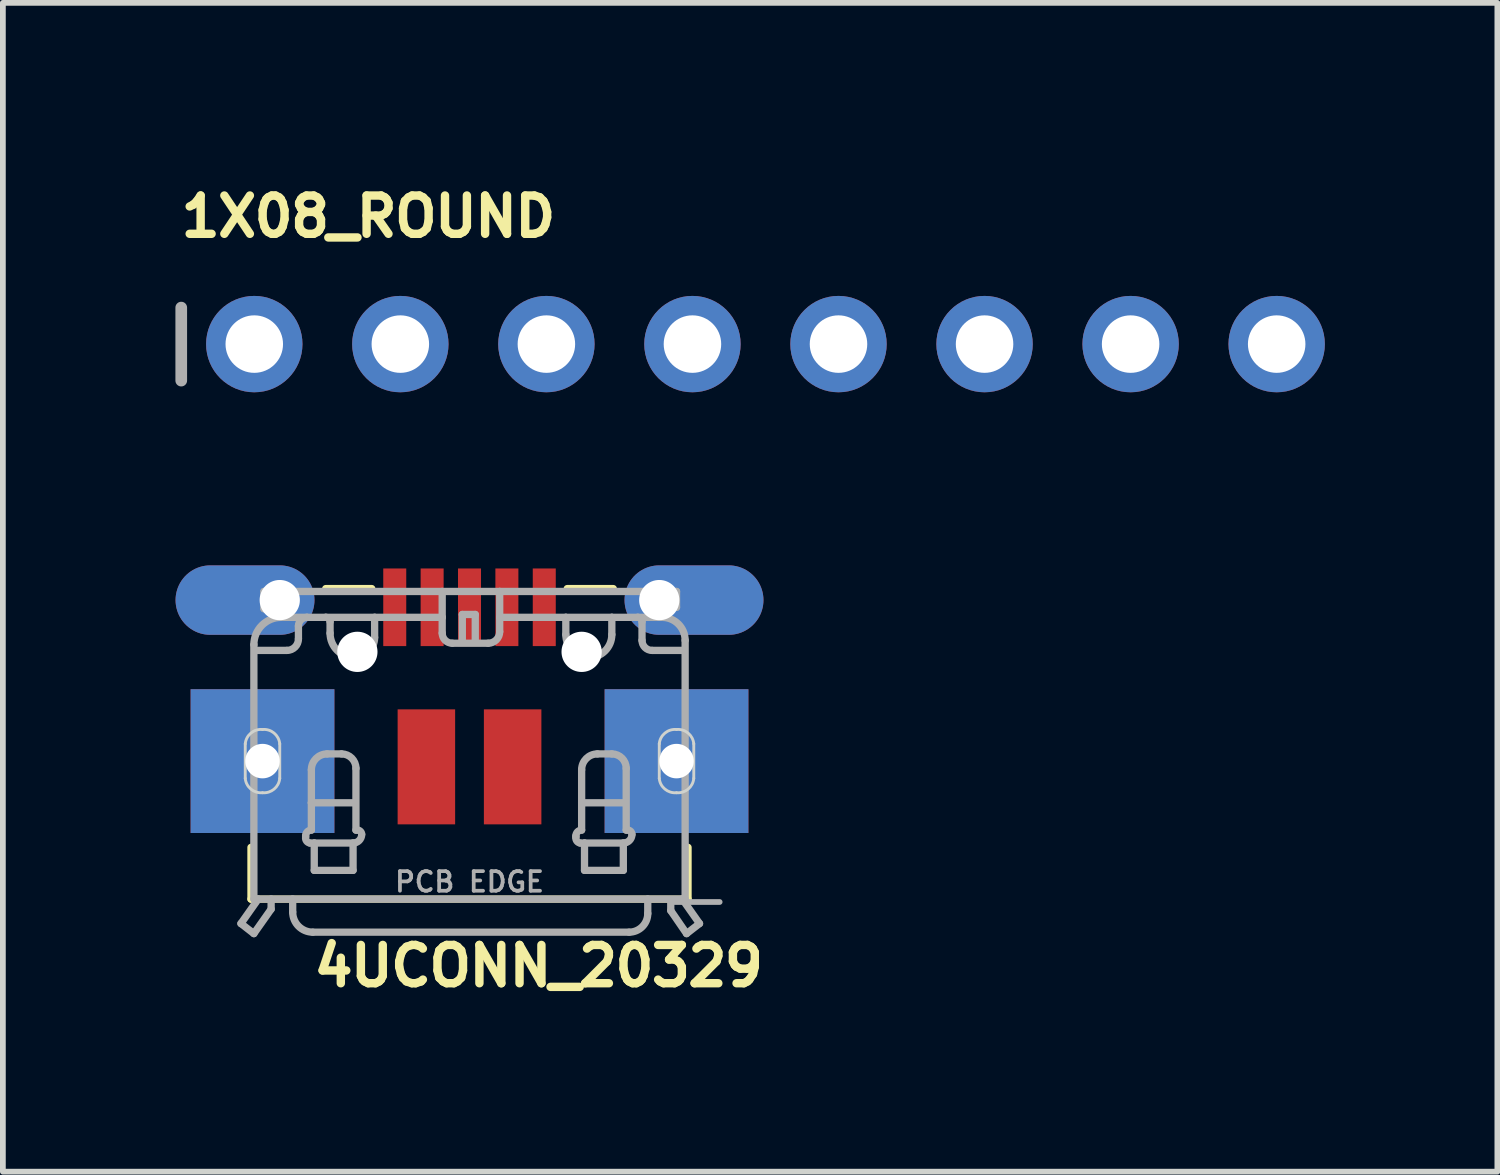
<source format=kicad_pcb>
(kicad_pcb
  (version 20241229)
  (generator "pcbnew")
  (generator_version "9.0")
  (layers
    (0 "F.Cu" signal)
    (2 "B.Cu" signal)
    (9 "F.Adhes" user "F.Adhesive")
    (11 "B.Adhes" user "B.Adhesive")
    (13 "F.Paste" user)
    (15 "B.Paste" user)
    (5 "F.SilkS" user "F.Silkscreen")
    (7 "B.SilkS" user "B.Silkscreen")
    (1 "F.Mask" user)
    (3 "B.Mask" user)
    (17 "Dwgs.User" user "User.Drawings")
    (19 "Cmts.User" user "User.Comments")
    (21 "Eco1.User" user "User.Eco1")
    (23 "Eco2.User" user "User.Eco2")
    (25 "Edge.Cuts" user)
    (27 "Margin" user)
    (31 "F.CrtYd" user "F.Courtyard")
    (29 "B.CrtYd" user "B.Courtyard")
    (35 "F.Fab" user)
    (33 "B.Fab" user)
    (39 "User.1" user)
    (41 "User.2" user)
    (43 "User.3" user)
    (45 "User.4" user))
  (footprint "4UCONN_20329"
    (layer "F.Cu")
    (at 5.115 8.286)
    (property "Reference" "4UCONN_20329" (at -2.778 5.852 0) (unlocked yes) (layer "F.SilkS") (effects (font (size 0.666 0.666) (thickness 0.146)) (justify left bottom)))
    (fp_poly (pts (xy -1.55 -0.05) (xy -1.05 -0.05) (xy -1.05 -1.5) (xy -1.55 -1.5)) (stroke (width 0) (type default)) (fill yes) (layer "F.Mask"))
    (fp_poly (pts (xy -0.9 -0.05) (xy -0.4 -0.05) (xy -0.4 -1.5) (xy -0.9 -1.5)) (stroke (width 0) (type default)) (fill yes) (layer "F.Mask"))
    (fp_poly (pts (xy -0.25 -0.05) (xy 0.25 -0.05) (xy 0.25 -1.5) (xy -0.25 -1.5)) (stroke (width 0) (type default)) (fill yes) (layer "F.Mask"))
    (fp_poly (pts (xy 0.4 -0.05) (xy 0.9 -0.05) (xy 0.9 -1.5) (xy 0.4 -1.5)) (stroke (width 0) (type default)) (fill yes) (layer "F.Mask"))
    (fp_poly (pts (xy 1.05 -0.05) (xy 1.55 -0.05) (xy 1.55 -1.5) (xy 1.05 -1.5)) (stroke (width 0) (type default)) (fill yes) (layer "F.Mask"))
    (fp_line (start -3.8 3.4) (end -3.8 4.3) (stroke (width 0.127) (type solid)) (layer "F.SilkS"))
    (fp_line (start -3.8 4.3) (end 3.8 4.3) (stroke (width 0.127) (type solid)) (layer "F.SilkS"))
    (fp_line (start -2.5 -1.1) (end -1.7 -1.1) (stroke (width 0.127) (type solid)) (layer "F.SilkS"))
    (fp_line (start 1.7 -1.1) (end 2.5 -1.1) (stroke (width 0.127) (type solid)) (layer "F.SilkS"))
    (fp_line (start 3.8 4.3) (end 3.8 3.4) (stroke (width 0.127) (type solid)) (layer "F.SilkS"))
    (fp_poly (pts (xy -4.85 3.15) (xy -2.35 3.15) (xy -2.35 0.65) (xy -4.85 0.65)) (stroke (width 0) (type default)) (fill yes) (layer "F.Paste"))
    (fp_poly (pts (xy 2.35 3.15) (xy 4.85 3.15) (xy 4.85 0.65) (xy 2.35 0.65)) (stroke (width 0) (type default)) (fill yes) (layer "F.Paste"))
    (fp_poly (pts (xy -3.186 -1.499) (xy -3.03 -1.442) (xy -2.893 -1.346) (xy -2.786 -1.219) (xy -2.715 -1.067) (xy -2.686 -0.9) (xy -2.715 -0.733) (xy -2.786 -0.581) (xy -2.893 -0.454) (xy -3.03 -0.358) (xy -3.186 -0.301) (xy -3.347 -0.286) (xy -4.457 -0.286) (xy -4.767 -0.355) (xy -4.907 -0.454) (xy -5.014 -0.581) (xy -5.085 -0.733) (xy -5.115 -0.904) (xy -5.017 -1.215) (xy -4.907 -1.346) (xy -4.77 -1.442) (xy -4.614 -1.499) (xy -4.453 -1.514) (xy -3.347 -1.514)) (stroke (width 0) (type default)) (fill yes) (layer "F.Paste"))
    (fp_poly (pts (xy 4.614 -1.499) (xy 4.77 -1.442) (xy 4.907 -1.346) (xy 5.014 -1.219) (xy 5.085 -1.067) (xy 5.114 -0.9) (xy 5.085 -0.733) (xy 5.014 -0.581) (xy 4.907 -0.454) (xy 4.77 -0.358) (xy 4.614 -0.301) (xy 4.453 -0.286) (xy 3.343 -0.286) (xy 3.033 -0.355) (xy 2.893 -0.454) (xy 2.786 -0.581) (xy 2.715 -0.733) (xy 2.685 -0.904) (xy 2.783 -1.215) (xy 2.893 -1.346) (xy 3.03 -1.442) (xy 3.186 -1.499) (xy 3.347 -1.514) (xy 4.453 -1.514)) (stroke (width 0) (type default)) (fill yes) (layer "F.Paste"))
    (fp_line (start -3.9 2.2) (end -3.9 1.6) (stroke (width 0.05) (type solid)) (layer "Edge.Cuts"))
    (fp_line (start -3.3 1.6) (end -3.3 2.2) (stroke (width 0.05) (type solid)) (layer "Edge.Cuts"))
    (fp_line (start 3.3 2.2) (end 3.3 1.6) (stroke (width 0.05) (type solid)) (layer "Edge.Cuts"))
    (fp_line (start 3.9 1.6) (end 3.9 2.2) (stroke (width 0.05) (type solid)) (layer "Edge.Cuts"))
    (fp_arc (start -3.9 1.6) (mid -3.801777 1.412868) (end -3.6 1.35) (stroke (width 0.05) (type solid)) (layer "Edge.Cuts"))
    (fp_arc (start -3.6 1.35) (mid -3.398223 1.412868) (end -3.3 1.6) (stroke (width 0.05) (type solid)) (layer "Edge.Cuts"))
    (fp_arc (start -3.6 2.45) (mid -3.801777 2.387132) (end -3.9 2.2) (stroke (width 0.05) (type solid)) (layer "Edge.Cuts"))
    (fp_arc (start -3.3 2.2) (mid -3.398223 2.387132) (end -3.6 2.45) (stroke (width 0.05) (type solid)) (layer "Edge.Cuts"))
    (fp_arc (start 3.3 1.6) (mid 3.398223 1.412868) (end 3.6 1.35) (stroke (width 0.05) (type solid)) (layer "Edge.Cuts"))
    (fp_arc (start 3.6 1.35) (mid 3.801777 1.412868) (end 3.9 1.6) (stroke (width 0.05) (type solid)) (layer "Edge.Cuts"))
    (fp_arc (start 3.6 2.45) (mid 3.398223 2.387132) (end 3.3 2.2) (stroke (width 0.05) (type solid)) (layer "Edge.Cuts"))
    (fp_arc (start 3.9 2.2) (mid 3.801777 2.387132) (end 3.6 2.45) (stroke (width 0.05) (type solid)) (layer "Edge.Cuts"))
    (fp_line (start -3.975 4.725) (end -3.75 4.9) (stroke (width 0.127) (type solid)) (layer "F.Fab"))
    (fp_line (start -3.975 4.725) (end -3.675 4.3) (stroke (width 0.127) (type solid)) (layer "F.Fab"))
    (fp_line (start -3.75 -0.125) (end -3.75 4.3) (stroke (width 0.127) (type solid)) (layer "F.Fab"))
    (fp_line (start -3.75 4.3) (end -3.675 4.3) (stroke (width 0.127) (type solid)) (layer "F.Fab"))
    (fp_line (start -3.75 4.9) (end -3.45 4.475) (stroke (width 0.127) (type solid)) (layer "F.Fab"))
    (fp_line (start -3.725 -0.025) (end -3.175 -0.025) (stroke (width 0.127) (type solid)) (layer "F.Fab"))
    (fp_line (start -3.675 4.3) (end -3.45 4.3) (stroke (width 0.127) (type solid)) (layer "F.Fab"))
    (fp_line (start -3.575 -1.05) (end -0.475 -1.05) (stroke (width 0.127) (type solid)) (layer "F.Fab"))
    (fp_line (start -3.575 -0.75) (end -3.575 -1.05) (stroke (width 0.127) (type solid)) (layer "F.Fab"))
    (fp_line (start -3.45 4.3) (end -3.075 4.3) (stroke (width 0.127) (type solid)) (layer "F.Fab"))
    (fp_line (start -3.45 4.475) (end -3.45 4.3) (stroke (width 0.127) (type solid)) (layer "F.Fab"))
    (fp_line (start -3.425 -0.75) (end -3.575 -0.75) (stroke (width 0.127) (type solid)) (layer "F.Fab"))
    (fp_line (start -3.425 -0.625) (end -3.425 -0.75) (stroke (width 0.127) (type solid)) (layer "F.Fab"))
    (fp_line (start -3.075 4.3) (end -3.075 4.525) (stroke (width 0.127) (type solid)) (layer "F.Fab"))
    (fp_line (start -3.075 4.3) (end 3.1 4.3) (stroke (width 0.127) (type solid)) (layer "F.Fab"))
    (fp_line (start -2.975 -0.225) (end -2.975 -0.45) (stroke (width 0.127) (type solid)) (layer "F.Fab"))
    (fp_line (start -2.85 3.225) (end -2.85 3.2) (stroke (width 0.127) (type solid)) (layer "F.Fab"))
    (fp_line (start -2.825 -0.6) (end -3.275 -0.6) (stroke (width 0.127) (type solid)) (layer "F.Fab"))
    (fp_line (start -2.825 -0.6) (end -2.5 -0.6) (stroke (width 0.127) (type solid)) (layer "F.Fab"))
    (fp_line (start -2.75 2.625) (end -2.75 2.05) (stroke (width 0.127) (type solid)) (layer "F.Fab"))
    (fp_line (start -2.75 2.625) (end -2 2.625) (stroke (width 0.127) (type solid)) (layer "F.Fab"))
    (fp_line (start -2.75 3.1) (end -2.75 2.625) (stroke (width 0.127) (type solid)) (layer "F.Fab"))
    (fp_line (start -2.725 4.875) (end 2.775 4.875) (stroke (width 0.127) (type solid)) (layer "F.Fab"))
    (fp_line (start -2.7 3.325) (end -2.775 3.325) (stroke (width 0.127) (type solid)) (layer "F.Fab"))
    (fp_line (start -2.7 3.325) (end -2 3.325) (stroke (width 0.127) (type solid)) (layer "F.Fab"))
    (fp_line (start -2.7 3.8) (end -2.7 3.325) (stroke (width 0.127) (type solid)) (layer "F.Fab"))
    (fp_line (start -2.475 1.775) (end -2.225 1.775) (stroke (width 0.127) (type solid)) (layer "F.Fab"))
    (fp_line (start -2.425 -0.525) (end -2.425 -0.325) (stroke (width 0.127) (type solid)) (layer "F.Fab"))
    (fp_line (start -2.025 3.325) (end -2.025 3.8) (stroke (width 0.127) (type solid)) (layer "F.Fab"))
    (fp_line (start -2.025 3.8) (end -2.7 3.8) (stroke (width 0.127) (type solid)) (layer "F.Fab"))
    (fp_line (start -1.975 2.025) (end -1.975 3.1) (stroke (width 0.127) (type solid)) (layer "F.Fab"))
    (fp_line (start -1.975 3.1) (end -1.95 3.1) (stroke (width 0.127) (type solid)) (layer "F.Fab"))
    (fp_line (start -1.65 -0.6) (end -2.5 -0.6) (stroke (width 0.127) (type solid)) (layer "F.Fab"))
    (fp_line (start -1.65 -0.25) (end -1.65 -0.6) (stroke (width 0.127) (type solid)) (layer "F.Fab"))
    (fp_line (start -0.475 -1.05) (end 0.525 -1.05) (stroke (width 0.127) (type solid)) (layer "F.Fab"))
    (fp_line (start -0.475 -0.6) (end -1.65 -0.6) (stroke (width 0.127) (type solid)) (layer "F.Fab"))
    (fp_line (start -0.475 -0.6) (end -0.475 -1.05) (stroke (width 0.127) (type solid)) (layer "F.Fab"))
    (fp_line (start -0.475 -0.325) (end -0.475 -0.6) (stroke (width 0.127) (type solid)) (layer "F.Fab"))
    (fp_line (start -0.125 -0.65) (end 0.1 -0.65) (stroke (width 0.127) (type solid)) (layer "F.Fab"))
    (fp_line (start -0.125 -0.175) (end -0.125 -0.65) (stroke (width 0.127) (type solid)) (layer "F.Fab"))
    (fp_line (start 0.1 -0.65) (end 0.1 -0.175) (stroke (width 0.127) (type solid)) (layer "F.Fab"))
    (fp_line (start 0.325 -0.15) (end -0.3 -0.15) (stroke (width 0.127) (type solid)) (layer "F.Fab"))
    (fp_line (start 0.525 -1.05) (end 0.525 -0.6) (stroke (width 0.127) (type solid)) (layer "F.Fab"))
    (fp_line (start 0.525 -1.05) (end 3.6 -1.05) (stroke (width 0.127) (type solid)) (layer "F.Fab"))
    (fp_line (start 0.525 -0.6) (end 0.525 -0.35) (stroke (width 0.127) (type solid)) (layer "F.Fab"))
    (fp_line (start 1.675 -0.6) (end 0.525 -0.6) (stroke (width 0.127) (type solid)) (layer "F.Fab"))
    (fp_line (start 1.675 -0.6) (end 1.675 -0.3) (stroke (width 0.127) (type solid)) (layer "F.Fab"))
    (fp_line (start 1.85 3.225) (end 1.85 3.2) (stroke (width 0.127) (type solid)) (layer "F.Fab"))
    (fp_line (start 1.95 2.625) (end 1.95 2.05) (stroke (width 0.127) (type solid)) (layer "F.Fab"))
    (fp_line (start 1.95 2.625) (end 2.7 2.625) (stroke (width 0.127) (type solid)) (layer "F.Fab"))
    (fp_line (start 1.95 3.1) (end 1.95 2.625) (stroke (width 0.127) (type solid)) (layer "F.Fab"))
    (fp_line (start 2 3.325) (end 1.925 3.325) (stroke (width 0.127) (type solid)) (layer "F.Fab"))
    (fp_line (start 2 3.325) (end 2.7 3.325) (stroke (width 0.127) (type solid)) (layer "F.Fab"))
    (fp_line (start 2 3.8) (end 2 3.325) (stroke (width 0.127) (type solid)) (layer "F.Fab"))
    (fp_line (start 2.225 1.775) (end 2.475 1.775) (stroke (width 0.127) (type solid)) (layer "F.Fab"))
    (fp_line (start 2.475 -0.6) (end 1.675 -0.6) (stroke (width 0.127) (type solid)) (layer "F.Fab"))
    (fp_line (start 2.475 -0.6) (end 2.925 -0.6) (stroke (width 0.127) (type solid)) (layer "F.Fab"))
    (fp_line (start 2.475 -0.3) (end 2.475 -0.6) (stroke (width 0.127) (type solid)) (layer "F.Fab"))
    (fp_line (start 2.675 3.325) (end 2.675 3.8) (stroke (width 0.127) (type solid)) (layer "F.Fab"))
    (fp_line (start 2.675 3.8) (end 2 3.8) (stroke (width 0.127) (type solid)) (layer "F.Fab"))
    (fp_line (start 2.725 2.025) (end 2.725 3.1) (stroke (width 0.127) (type solid)) (layer "F.Fab"))
    (fp_line (start 2.725 3.1) (end 2.75 3.1) (stroke (width 0.127) (type solid)) (layer "F.Fab"))
    (fp_line (start 3 -0.525) (end 3 -0.2) (stroke (width 0.127) (type solid)) (layer "F.Fab"))
    (fp_line (start 3.1 4.3) (end 3.7 4.3) (stroke (width 0.127) (type solid)) (layer "F.Fab"))
    (fp_line (start 3.1 4.55) (end 3.1 4.3) (stroke (width 0.127) (type solid)) (layer "F.Fab"))
    (fp_line (start 3.175 -0.025) (end 3.725 -0.025) (stroke (width 0.127) (type solid)) (layer "F.Fab"))
    (fp_line (start 3.35 -0.775) (end 3.35 -0.6) (stroke (width 0.127) (type solid)) (layer "F.Fab"))
    (fp_line (start 3.35 -0.6) (end 2.925 -0.6) (stroke (width 0.127) (type solid)) (layer "F.Fab"))
    (fp_line (start 3.5 4.35) (end 4.35 4.35) (stroke (width 0.1) (type solid)) (layer "F.Fab"))
    (fp_line (start 3.5 4.5) (end 3.5 4.35) (stroke (width 0.127) (type solid)) (layer "F.Fab"))
    (fp_line (start 3.6 -1.05) (end 3.6 -0.775) (stroke (width 0.127) (type solid)) (layer "F.Fab"))
    (fp_line (start 3.6 -0.775) (end 3.35 -0.775) (stroke (width 0.127) (type solid)) (layer "F.Fab"))
    (fp_line (start 3.7 4.3) (end 3.75 4.3) (stroke (width 0.127) (type solid)) (layer "F.Fab"))
    (fp_line (start 3.7 4.3) (end 4 4.725) (stroke (width 0.127) (type solid)) (layer "F.Fab"))
    (fp_line (start 3.75 4.3) (end 3.75 -0.2) (stroke (width 0.127) (type solid)) (layer "F.Fab"))
    (fp_line (start 3.775 4.9) (end 3.5 4.5) (stroke (width 0.127) (type solid)) (layer "F.Fab"))
    (fp_line (start 4 4.725) (end 3.775 4.9) (stroke (width 0.127) (type solid)) (layer "F.Fab"))
    (fp_arc (start -3.750001 -0.124999) (mid -3.610876 -0.460875) (end -3.275 -0.6) (stroke (width 0.127) (type solid)) (layer "F.Fab"))
    (fp_arc (start -2.975 -0.45) (mid -2.931066 -0.556066) (end -2.825 -0.6) (stroke (width 0.127) (type solid)) (layer "F.Fab"))
    (fp_arc (start -2.975 -0.225) (mid -3.033579 -0.083579) (end -3.175 -0.025) (stroke (width 0.127) (type solid)) (layer "F.Fab"))
    (fp_arc (start -2.85 3.2) (mid -2.820711 3.129289) (end -2.75 3.1) (stroke (width 0.127) (type solid)) (layer "F.Fab"))
    (fp_arc (start -2.775 3.325) (mid -2.833211 3.290533) (end -2.85 3.225) (stroke (width 0.127) (type solid)) (layer "F.Fab"))
    (fp_arc (start -2.75 2.05) (mid -2.669454 1.855546) (end -2.475 1.775) (stroke (width 0.127) (type solid)) (layer "F.Fab"))
    (fp_arc (start -2.725 4.875) (mid -2.972487 4.772487) (end -3.075 4.525) (stroke (width 0.127) (type solid)) (layer "F.Fab"))
    (fp_arc (start -2.5 -0.6) (mid -2.446967 -0.578033) (end -2.425 -0.525) (stroke (width 0.127) (type solid)) (layer "F.Fab"))
    (fp_arc (start -2.225 1.775) (mid -2.048223 1.848223) (end -1.975 2.025) (stroke (width 0.127) (type solid)) (layer "F.Fab"))
    (fp_arc (start -2 0.1) (mid -2.30052 -0.02448) (end -2.425 -0.325) (stroke (width 0.127) (type solid)) (layer "F.Fab"))
    (fp_arc (start -1.95 3.1) (mid -1.896967 3.121967) (end -1.875 3.175) (stroke (width 0.127) (type solid)) (layer "F.Fab"))
    (fp_arc (start -1.875 3.175) (mid -1.918934 3.281066) (end -2.025 3.325) (stroke (width 0.127) (type solid)) (layer "F.Fab"))
    (fp_arc (start -1.65 -0.25) (mid -1.752513 -0.002513) (end -2 0.1) (stroke (width 0.127) (type solid)) (layer "F.Fab"))
    (fp_arc (start -0.3 -0.15) (mid -0.423744 -0.201256) (end -0.475 -0.325) (stroke (width 0.127) (type solid)) (layer "F.Fab"))
    (fp_arc (start 0.525 -0.35) (mid 0.466421 -0.208579) (end 0.325 -0.15) (stroke (width 0.127) (type solid)) (layer "F.Fab"))
    (fp_arc (start 1.85 3.2) (mid 1.879289 3.129289) (end 1.95 3.1) (stroke (width 0.127) (type solid)) (layer "F.Fab"))
    (fp_arc (start 1.925 3.325) (mid 1.866789 3.290533) (end 1.85 3.225) (stroke (width 0.127) (type solid)) (layer "F.Fab"))
    (fp_arc (start 1.95 2.05) (mid 2.030546 1.855546) (end 2.225 1.775) (stroke (width 0.127) (type solid)) (layer "F.Fab"))
    (fp_arc (start 2.075 0.1) (mid 1.792157 -0.017157) (end 1.675 -0.3) (stroke (width 0.127) (type solid)) (layer "F.Fab"))
    (fp_arc (start 2.475 -0.3) (mid 2.357843 -0.017157) (end 2.075 0.1) (stroke (width 0.127) (type solid)) (layer "F.Fab"))
    (fp_arc (start 2.475 1.775) (mid 2.651777 1.848223) (end 2.725 2.025) (stroke (width 0.127) (type solid)) (layer "F.Fab"))
    (fp_arc (start 2.75 3.1) (mid 2.803033 3.121967) (end 2.825 3.175) (stroke (width 0.127) (type solid)) (layer "F.Fab"))
    (fp_arc (start 2.825 3.175) (mid 2.781066 3.281066) (end 2.675 3.325) (stroke (width 0.127) (type solid)) (layer "F.Fab"))
    (fp_arc (start 2.925 -0.6) (mid 2.978033 -0.578033) (end 3 -0.525) (stroke (width 0.127) (type solid)) (layer "F.Fab"))
    (fp_arc (start 3.1 4.55) (mid 3.00481 4.77981) (end 2.775 4.875) (stroke (width 0.127) (type solid)) (layer "F.Fab"))
    (fp_arc (start 3.175 -0.025) (mid 3.051256 -0.076256) (end 3 -0.2) (stroke (width 0.127) (type solid)) (layer "F.Fab"))
    (fp_arc (start 3.349999 -0.599999) (mid 3.632842 -0.482842) (end 3.75 -0.2) (stroke (width 0.127) (type solid)) (layer "F.Fab"))
    (fp_text user "PCB EDGE" (at 0 4 0) (unlocked yes) (layer "F.Fab") (effects (font (size 0.341 0.341) (thickness 0.065))))
    (pad "" np_thru_hole circle (at -1.95 0) (size 0.7 0.7) (drill 0.7) (layers "*.Cu" "*.Mask"))
    (pad "" np_thru_hole circle (at 1.95 0) (size 0.7 0.7) (drill 0.7) (layers "*.Cu" "*.Mask"))
    (pad "BASE@1" smd rect (at -0.75 2 90) (size 2 1) (layers "F.Cu" "F.Mask" "F.Paste"))
    (pad "BASE@2" smd rect (at 0.75 2 90) (size 2 1) (layers "F.Cu" "F.Mask" "F.Paste"))
    (pad "D+" smd rect (at 0 -0.775) (size 0.4 1.35) (layers "F.Cu" "F.Paste"))
    (pad "D-" smd rect (at -0.65 -0.775) (size 0.4 1.35) (layers "F.Cu" "F.Paste"))
    (pad "GND" smd rect (at 1.3 -0.775) (size 0.4 1.35) (layers "F.Cu" "F.Paste"))
    (pad "ID" smd rect (at 0.65 -0.775) (size 0.4 1.35) (layers "F.Cu" "F.Paste"))
    (pad "SPRT@1" thru_hole oval (at -3.3 -0.9 180) (size 2.416 1.208) (drill 0.7 (offset 0.604 0)) (layers "*.Cu" "*.Mask"))
    (pad "SPRT@2" thru_hole oval (at 3.3 -0.9) (size 2.416 1.208) (drill 0.7 (offset 0.604 0)) (layers "*.Cu" "*.Mask"))
    (pad "SPRT@3" thru_hole rect (at -3.6 1.9 90) (size 2.5 2.5) (drill 0.6) (layers "*.Cu" "*.Mask"))
    (pad "SPRT@4" thru_hole rect (at 3.6 1.9 90) (size 2.5 2.5) (drill 0.6) (layers "*.Cu" "*.Mask"))
    (pad "VBUS" smd rect (at -1.3 -0.775) (size 0.4 1.35) (layers "F.Cu" "F.Paste")))
  (footprint "1X08_ROUND"
    (layer "F.Cu")
    (at 10.262 2.934)
    (property "Reference" "1X08_ROUND" (at -10.236 -1.829 0) (unlocked yes) (layer "F.SilkS") (effects (font (size 0.666 0.666) (thickness 0.146)) (justify left bottom)))
    (fp_line (start -10.16 -0.635) (end -10.16 0.635) (stroke (width 0.203) (type solid)) (layer "F.Fab"))
    (fp_poly (pts (xy -9.144 0.254) (xy -8.636 0.254) (xy -8.636 -0.254) (xy -9.144 -0.254)) (stroke (width 0.1) (type default)) (fill no) (layer "F.Fab"))
    (fp_poly (pts (xy -6.604 0.254) (xy -6.096 0.254) (xy -6.096 -0.254) (xy -6.604 -0.254)) (stroke (width 0.1) (type default)) (fill no) (layer "F.Fab"))
    (fp_poly (pts (xy -4.064 0.254) (xy -3.556 0.254) (xy -3.556 -0.254) (xy -4.064 -0.254)) (stroke (width 0.1) (type default)) (fill no) (layer "F.Fab"))
    (fp_poly (pts (xy -1.524 0.254) (xy -1.016 0.254) (xy -1.016 -0.254) (xy -1.524 -0.254)) (stroke (width 0.1) (type default)) (fill no) (layer "F.Fab"))
    (fp_poly (pts (xy 1.016 0.254) (xy 1.524 0.254) (xy 1.524 -0.254) (xy 1.016 -0.254)) (stroke (width 0.1) (type default)) (fill no) (layer "F.Fab"))
    (fp_poly (pts (xy 3.556 0.254) (xy 4.064 0.254) (xy 4.064 -0.254) (xy 3.556 -0.254)) (stroke (width 0.1) (type default)) (fill no) (layer "F.Fab"))
    (fp_poly (pts (xy 6.096 0.254) (xy 6.604 0.254) (xy 6.604 -0.254) (xy 6.096 -0.254)) (stroke (width 0.1) (type default)) (fill no) (layer "F.Fab"))
    (fp_poly (pts (xy 8.636 0.254) (xy 9.144 0.254) (xy 9.144 -0.254) (xy 8.636 -0.254)) (stroke (width 0.1) (type default)) (fill no) (layer "F.Fab"))
    (pad "1" thru_hole circle (at -8.89 0 90) (size 1.676 1.676) (drill 1) (layers "*.Cu" "*.Mask"))
    (pad "2" thru_hole circle (at -6.35 0 90) (size 1.676 1.676) (drill 1) (layers "*.Cu" "*.Mask"))
    (pad "3" thru_hole circle (at -3.81 0 90) (size 1.676 1.676) (drill 1) (layers "*.Cu" "*.Mask"))
    (pad "4" thru_hole circle (at -1.27 0 90) (size 1.676 1.676) (drill 1) (layers "*.Cu" "*.Mask"))
    (pad "5" thru_hole circle (at 1.27 0 90) (size 1.676 1.676) (drill 1) (layers "*.Cu" "*.Mask"))
    (pad "6" thru_hole circle (at 3.81 0 90) (size 1.676 1.676) (drill 1) (layers "*.Cu" "*.Mask"))
    (pad "7" thru_hole circle (at 6.35 0 90) (size 1.676 1.676) (drill 1) (layers "*.Cu" "*.Mask"))
    (pad "8" thru_hole circle (at 8.89 0 90) (size 1.676 1.676) (drill 1) (layers "*.Cu" "*.Mask")))
  (gr_rect
    (start -3 -3)
    (end 22.99 17.326)
    (stroke (width 0.1) (type default))
    (fill no)
    (layer "Edge.Cuts")))
</source>
